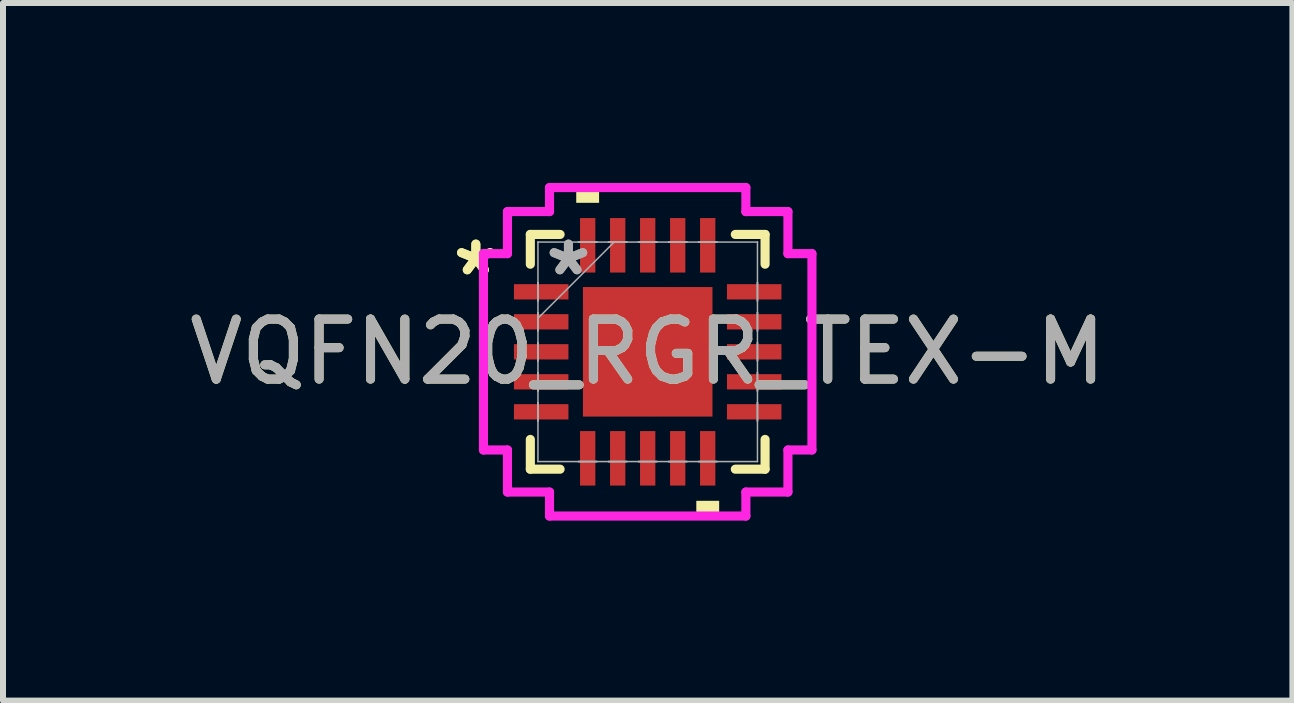
<source format=kicad_pcb>
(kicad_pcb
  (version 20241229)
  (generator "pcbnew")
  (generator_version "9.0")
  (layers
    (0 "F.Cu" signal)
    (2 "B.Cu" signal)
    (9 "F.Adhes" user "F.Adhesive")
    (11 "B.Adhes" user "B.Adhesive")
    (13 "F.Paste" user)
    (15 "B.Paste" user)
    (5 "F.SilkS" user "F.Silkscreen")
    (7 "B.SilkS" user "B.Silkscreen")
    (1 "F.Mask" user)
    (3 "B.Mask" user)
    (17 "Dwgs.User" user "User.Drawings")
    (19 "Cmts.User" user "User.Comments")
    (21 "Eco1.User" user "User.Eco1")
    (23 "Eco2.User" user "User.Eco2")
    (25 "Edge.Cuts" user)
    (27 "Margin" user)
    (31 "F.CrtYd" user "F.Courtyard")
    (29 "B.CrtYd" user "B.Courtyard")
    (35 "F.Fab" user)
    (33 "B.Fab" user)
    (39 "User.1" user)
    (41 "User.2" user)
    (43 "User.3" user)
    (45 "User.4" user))
  (footprint "VQFN20_RGR_TEX-M"
    (layer "F.Cu")
    (at 7.744 2.813)
    (property "Reference" "VQFN20_RGR_TEX-M" (at 0 0 0) (unlocked yes) (layer "F.SilkS") (effects (font (size 1 1) (thickness 0.15))))
    (attr smd)
    (fp_line (start -1.956 -1.956) (end -1.956 -1.46) (stroke (width 0.152) (type solid)) (layer "F.SilkS"))
    (fp_line (start -1.956 1.46) (end -1.956 1.956) (stroke (width 0.152) (type solid)) (layer "F.SilkS"))
    (fp_line (start -1.956 1.956) (end -1.46 1.956) (stroke (width 0.152) (type solid)) (layer "F.SilkS"))
    (fp_line (start -1.46 -1.956) (end -1.956 -1.956) (stroke (width 0.152) (type solid)) (layer "F.SilkS"))
    (fp_line (start 1.46 1.956) (end 1.956 1.956) (stroke (width 0.152) (type solid)) (layer "F.SilkS"))
    (fp_line (start 1.956 -1.956) (end 1.46 -1.956) (stroke (width 0.152) (type solid)) (layer "F.SilkS"))
    (fp_line (start 1.956 -1.46) (end 1.956 -1.956) (stroke (width 0.152) (type solid)) (layer "F.SilkS"))
    (fp_line (start 1.956 1.956) (end 1.956 1.46) (stroke (width 0.152) (type solid)) (layer "F.SilkS"))
    (fp_poly (pts (xy -1.191 -2.483) (xy -1.191 -2.737) (xy -0.81 -2.737) (xy -0.81 -2.483)) (stroke (width 0) (type solid)) (fill yes) (layer "F.SilkS"))
    (fp_poly (pts (xy 0.81 2.483) (xy 0.81 2.737) (xy 1.191 2.737) (xy 1.191 2.483)) (stroke (width 0) (type solid)) (fill yes) (layer "F.SilkS"))
    (fp_line (start -2.737 -1.636) (end -2.337 -1.636) (stroke (width 0.152) (type solid)) (layer "F.CrtYd"))
    (fp_line (start -2.737 1.636) (end -2.737 -1.636) (stroke (width 0.152) (type solid)) (layer "F.CrtYd"))
    (fp_line (start -2.337 -2.337) (end -1.636 -2.337) (stroke (width 0.152) (type solid)) (layer "F.CrtYd"))
    (fp_line (start -2.337 -1.636) (end -2.337 -2.337) (stroke (width 0.152) (type solid)) (layer "F.CrtYd"))
    (fp_line (start -2.337 1.636) (end -2.737 1.636) (stroke (width 0.152) (type solid)) (layer "F.CrtYd"))
    (fp_line (start -2.337 2.337) (end -2.337 1.636) (stroke (width 0.152) (type solid)) (layer "F.CrtYd"))
    (fp_line (start -1.636 -2.737) (end 1.636 -2.737) (stroke (width 0.152) (type solid)) (layer "F.CrtYd"))
    (fp_line (start -1.636 -2.337) (end -1.636 -2.737) (stroke (width 0.152) (type solid)) (layer "F.CrtYd"))
    (fp_line (start -1.636 2.337) (end -2.337 2.337) (stroke (width 0.152) (type solid)) (layer "F.CrtYd"))
    (fp_line (start -1.636 2.737) (end -1.636 2.337) (stroke (width 0.152) (type solid)) (layer "F.CrtYd"))
    (fp_line (start 1.636 -2.737) (end 1.636 -2.337) (stroke (width 0.152) (type solid)) (layer "F.CrtYd"))
    (fp_line (start 1.636 -2.337) (end 2.337 -2.337) (stroke (width 0.152) (type solid)) (layer "F.CrtYd"))
    (fp_line (start 1.636 2.337) (end 1.636 2.737) (stroke (width 0.152) (type solid)) (layer "F.CrtYd"))
    (fp_line (start 1.636 2.737) (end -1.636 2.737) (stroke (width 0.152) (type solid)) (layer "F.CrtYd"))
    (fp_line (start 2.337 -2.337) (end 2.337 -1.636) (stroke (width 0.152) (type solid)) (layer "F.CrtYd"))
    (fp_line (start 2.337 -1.636) (end 2.737 -1.636) (stroke (width 0.152) (type solid)) (layer "F.CrtYd"))
    (fp_line (start 2.337 1.636) (end 2.337 2.337) (stroke (width 0.152) (type solid)) (layer "F.CrtYd"))
    (fp_line (start 2.337 2.337) (end 1.636 2.337) (stroke (width 0.152) (type solid)) (layer "F.CrtYd"))
    (fp_line (start 2.737 -1.636) (end 2.737 1.636) (stroke (width 0.152) (type solid)) (layer "F.CrtYd"))
    (fp_line (start 2.737 1.636) (end 2.337 1.636) (stroke (width 0.152) (type solid)) (layer "F.CrtYd"))
    (fp_line (start -1.829 -1.829) (end -1.829 -1.829) (stroke (width 0.025) (type solid)) (layer "F.Fab"))
    (fp_line (start -1.829 -1.829) (end -1.829 1.829) (stroke (width 0.025) (type solid)) (layer "F.Fab"))
    (fp_line (start -1.829 -1.153) (end -1.829 -1.153) (stroke (width 0.025) (type solid)) (layer "F.Fab"))
    (fp_line (start -1.829 -1.153) (end -1.829 -0.848) (stroke (width 0.025) (type solid)) (layer "F.Fab"))
    (fp_line (start -1.829 -0.848) (end -1.829 -1.153) (stroke (width 0.025) (type solid)) (layer "F.Fab"))
    (fp_line (start -1.829 -0.848) (end -1.829 -0.848) (stroke (width 0.025) (type solid)) (layer "F.Fab"))
    (fp_line (start -1.829 -0.653) (end -1.829 -0.653) (stroke (width 0.025) (type solid)) (layer "F.Fab"))
    (fp_line (start -1.829 -0.653) (end -1.829 -0.348) (stroke (width 0.025) (type solid)) (layer "F.Fab"))
    (fp_line (start -1.829 -0.559) (end -0.559 -1.829) (stroke (width 0.025) (type solid)) (layer "F.Fab"))
    (fp_line (start -1.829 -0.348) (end -1.829 -0.653) (stroke (width 0.025) (type solid)) (layer "F.Fab"))
    (fp_line (start -1.829 -0.348) (end -1.829 -0.348) (stroke (width 0.025) (type solid)) (layer "F.Fab"))
    (fp_line (start -1.829 -0.152) (end -1.829 -0.152) (stroke (width 0.025) (type solid)) (layer "F.Fab"))
    (fp_line (start -1.829 -0.152) (end -1.829 0.152) (stroke (width 0.025) (type solid)) (layer "F.Fab"))
    (fp_line (start -1.829 0.152) (end -1.829 -0.152) (stroke (width 0.025) (type solid)) (layer "F.Fab"))
    (fp_line (start -1.829 0.152) (end -1.829 0.152) (stroke (width 0.025) (type solid)) (layer "F.Fab"))
    (fp_line (start -1.829 0.348) (end -1.829 0.348) (stroke (width 0.025) (type solid)) (layer "F.Fab"))
    (fp_line (start -1.829 0.348) (end -1.829 0.653) (stroke (width 0.025) (type solid)) (layer "F.Fab"))
    (fp_line (start -1.829 0.653) (end -1.829 0.348) (stroke (width 0.025) (type solid)) (layer "F.Fab"))
    (fp_line (start -1.829 0.653) (end -1.829 0.653) (stroke (width 0.025) (type solid)) (layer "F.Fab"))
    (fp_line (start -1.829 0.848) (end -1.829 0.848) (stroke (width 0.025) (type solid)) (layer "F.Fab"))
    (fp_line (start -1.829 0.848) (end -1.829 1.153) (stroke (width 0.025) (type solid)) (layer "F.Fab"))
    (fp_line (start -1.829 1.153) (end -1.829 0.848) (stroke (width 0.025) (type solid)) (layer "F.Fab"))
    (fp_line (start -1.829 1.153) (end -1.829 1.153) (stroke (width 0.025) (type solid)) (layer "F.Fab"))
    (fp_line (start -1.829 1.829) (end -1.829 1.829) (stroke (width 0.025) (type solid)) (layer "F.Fab"))
    (fp_line (start -1.829 1.829) (end 1.829 1.829) (stroke (width 0.025) (type solid)) (layer "F.Fab"))
    (fp_line (start -1.153 -1.829) (end -1.153 -1.829) (stroke (width 0.025) (type solid)) (layer "F.Fab"))
    (fp_line (start -1.153 -1.829) (end -0.848 -1.829) (stroke (width 0.025) (type solid)) (layer "F.Fab"))
    (fp_line (start -1.153 1.829) (end -1.153 1.829) (stroke (width 0.025) (type solid)) (layer "F.Fab"))
    (fp_line (start -1.153 1.829) (end -0.848 1.829) (stroke (width 0.025) (type solid)) (layer "F.Fab"))
    (fp_line (start -0.848 -1.829) (end -1.153 -1.829) (stroke (width 0.025) (type solid)) (layer "F.Fab"))
    (fp_line (start -0.848 -1.829) (end -0.848 -1.829) (stroke (width 0.025) (type solid)) (layer "F.Fab"))
    (fp_line (start -0.848 1.829) (end -1.153 1.829) (stroke (width 0.025) (type solid)) (layer "F.Fab"))
    (fp_line (start -0.848 1.829) (end -0.848 1.829) (stroke (width 0.025) (type solid)) (layer "F.Fab"))
    (fp_line (start -0.653 -1.829) (end -0.653 -1.829) (stroke (width 0.025) (type solid)) (layer "F.Fab"))
    (fp_line (start -0.653 -1.829) (end -0.348 -1.829) (stroke (width 0.025) (type solid)) (layer "F.Fab"))
    (fp_line (start -0.653 1.829) (end -0.653 1.829) (stroke (width 0.025) (type solid)) (layer "F.Fab"))
    (fp_line (start -0.653 1.829) (end -0.348 1.829) (stroke (width 0.025) (type solid)) (layer "F.Fab"))
    (fp_line (start -0.348 -1.829) (end -0.653 -1.829) (stroke (width 0.025) (type solid)) (layer "F.Fab"))
    (fp_line (start -0.348 -1.829) (end -0.348 -1.829) (stroke (width 0.025) (type solid)) (layer "F.Fab"))
    (fp_line (start -0.348 1.829) (end -0.653 1.829) (stroke (width 0.025) (type solid)) (layer "F.Fab"))
    (fp_line (start -0.348 1.829) (end -0.348 1.829) (stroke (width 0.025) (type solid)) (layer "F.Fab"))
    (fp_line (start -0.152 -1.829) (end -0.152 -1.829) (stroke (width 0.025) (type solid)) (layer "F.Fab"))
    (fp_line (start -0.152 -1.829) (end 0.152 -1.829) (stroke (width 0.025) (type solid)) (layer "F.Fab"))
    (fp_line (start -0.152 1.829) (end -0.152 1.829) (stroke (width 0.025) (type solid)) (layer "F.Fab"))
    (fp_line (start -0.152 1.829) (end 0.152 1.829) (stroke (width 0.025) (type solid)) (layer "F.Fab"))
    (fp_line (start 0.152 -1.829) (end -0.152 -1.829) (stroke (width 0.025) (type solid)) (layer "F.Fab"))
    (fp_line (start 0.152 -1.829) (end 0.152 -1.829) (stroke (width 0.025) (type solid)) (layer "F.Fab"))
    (fp_line (start 0.152 1.829) (end -0.152 1.829) (stroke (width 0.025) (type solid)) (layer "F.Fab"))
    (fp_line (start 0.152 1.829) (end 0.152 1.829) (stroke (width 0.025) (type solid)) (layer "F.Fab"))
    (fp_line (start 0.348 -1.829) (end 0.348 -1.829) (stroke (width 0.025) (type solid)) (layer "F.Fab"))
    (fp_line (start 0.348 -1.829) (end 0.653 -1.829) (stroke (width 0.025) (type solid)) (layer "F.Fab"))
    (fp_line (start 0.348 1.829) (end 0.348 1.829) (stroke (width 0.025) (type solid)) (layer "F.Fab"))
    (fp_line (start 0.348 1.829) (end 0.653 1.829) (stroke (width 0.025) (type solid)) (layer "F.Fab"))
    (fp_line (start 0.653 -1.829) (end 0.348 -1.829) (stroke (width 0.025) (type solid)) (layer "F.Fab"))
    (fp_line (start 0.653 -1.829) (end 0.653 -1.829) (stroke (width 0.025) (type solid)) (layer "F.Fab"))
    (fp_line (start 0.653 1.829) (end 0.348 1.829) (stroke (width 0.025) (type solid)) (layer "F.Fab"))
    (fp_line (start 0.653 1.829) (end 0.653 1.829) (stroke (width 0.025) (type solid)) (layer "F.Fab"))
    (fp_line (start 0.848 -1.829) (end 0.848 -1.829) (stroke (width 0.025) (type solid)) (layer "F.Fab"))
    (fp_line (start 0.848 -1.829) (end 1.153 -1.829) (stroke (width 0.025) (type solid)) (layer "F.Fab"))
    (fp_line (start 0.848 1.829) (end 0.848 1.829) (stroke (width 0.025) (type solid)) (layer "F.Fab"))
    (fp_line (start 0.848 1.829) (end 1.153 1.829) (stroke (width 0.025) (type solid)) (layer "F.Fab"))
    (fp_line (start 1.153 -1.829) (end 0.848 -1.829) (stroke (width 0.025) (type solid)) (layer "F.Fab"))
    (fp_line (start 1.153 -1.829) (end 1.153 -1.829) (stroke (width 0.025) (type solid)) (layer "F.Fab"))
    (fp_line (start 1.153 1.829) (end 0.848 1.829) (stroke (width 0.025) (type solid)) (layer "F.Fab"))
    (fp_line (start 1.153 1.829) (end 1.153 1.829) (stroke (width 0.025) (type solid)) (layer "F.Fab"))
    (fp_line (start 1.829 -1.829) (end -1.829 -1.829) (stroke (width 0.025) (type solid)) (layer "F.Fab"))
    (fp_line (start 1.829 -1.829) (end 1.829 -1.829) (stroke (width 0.025) (type solid)) (layer "F.Fab"))
    (fp_line (start 1.829 -1.153) (end 1.829 -1.153) (stroke (width 0.025) (type solid)) (layer "F.Fab"))
    (fp_line (start 1.829 -1.153) (end 1.829 -0.848) (stroke (width 0.025) (type solid)) (layer "F.Fab"))
    (fp_line (start 1.829 -0.848) (end 1.829 -1.153) (stroke (width 0.025) (type solid)) (layer "F.Fab"))
    (fp_line (start 1.829 -0.848) (end 1.829 -0.848) (stroke (width 0.025) (type solid)) (layer "F.Fab"))
    (fp_line (start 1.829 -0.653) (end 1.829 -0.653) (stroke (width 0.025) (type solid)) (layer "F.Fab"))
    (fp_line (start 1.829 -0.653) (end 1.829 -0.348) (stroke (width 0.025) (type solid)) (layer "F.Fab"))
    (fp_line (start 1.829 -0.348) (end 1.829 -0.653) (stroke (width 0.025) (type solid)) (layer "F.Fab"))
    (fp_line (start 1.829 -0.348) (end 1.829 -0.348) (stroke (width 0.025) (type solid)) (layer "F.Fab"))
    (fp_line (start 1.829 -0.152) (end 1.829 -0.152) (stroke (width 0.025) (type solid)) (layer "F.Fab"))
    (fp_line (start 1.829 -0.152) (end 1.829 0.152) (stroke (width 0.025) (type solid)) (layer "F.Fab"))
    (fp_line (start 1.829 0.152) (end 1.829 -0.152) (stroke (width 0.025) (type solid)) (layer "F.Fab"))
    (fp_line (start 1.829 0.152) (end 1.829 0.152) (stroke (width 0.025) (type solid)) (layer "F.Fab"))
    (fp_line (start 1.829 0.348) (end 1.829 0.348) (stroke (width 0.025) (type solid)) (layer "F.Fab"))
    (fp_line (start 1.829 0.348) (end 1.829 0.653) (stroke (width 0.025) (type solid)) (layer "F.Fab"))
    (fp_line (start 1.829 0.653) (end 1.829 0.348) (stroke (width 0.025) (type solid)) (layer "F.Fab"))
    (fp_line (start 1.829 0.653) (end 1.829 0.653) (stroke (width 0.025) (type solid)) (layer "F.Fab"))
    (fp_line (start 1.829 0.848) (end 1.829 0.848) (stroke (width 0.025) (type solid)) (layer "F.Fab"))
    (fp_line (start 1.829 0.848) (end 1.829 1.153) (stroke (width 0.025) (type solid)) (layer "F.Fab"))
    (fp_line (start 1.829 1.153) (end 1.829 0.848) (stroke (width 0.025) (type solid)) (layer "F.Fab"))
    (fp_line (start 1.829 1.153) (end 1.829 1.153) (stroke (width 0.025) (type solid)) (layer "F.Fab"))
    (fp_line (start 1.829 1.829) (end 1.829 -1.829) (stroke (width 0.025) (type solid)) (layer "F.Fab"))
    (fp_line (start 1.829 1.829) (end 1.829 1.829) (stroke (width 0.025) (type solid)) (layer "F.Fab"))
    (fp_text user "*" (at -2.864 -1.25 0) (layer "F.SilkS") (effects (font (size 1 1) (thickness 0.15))))
    (fp_text user "*" (at -2.864 -1.25 0) (unlocked yes) (layer "F.SilkS") (effects (font (size 1 1) (thickness 0.15))))
    (fp_text user "*" (at -1.321 -1.25 0) (layer "F.Fab") (effects (font (size 1 1) (thickness 0.15))))
    (fp_text user "${REFERENCE}" (at 0 0 0) (unlocked yes) (layer "F.Fab") (effects (font (size 1 1) (thickness 0.15))))
    (fp_text user "*" (at -1.321 -1.25 0) (unlocked yes) (layer "F.Fab") (effects (font (size 1 1) (thickness 0.15))))
    (pad "1" smd rect (at -1.775 -1 90) (size 0.255 0.908) (layers "F.Cu" "F.Mask" "F.Paste"))
    (pad "2" smd rect (at -1.775 -0.5 90) (size 0.255 0.908) (layers "F.Cu" "F.Mask" "F.Paste"))
    (pad "3" smd rect (at -1.775 0 90) (size 0.255 0.908) (layers "F.Cu" "F.Mask" "F.Paste"))
    (pad "4" smd rect (at -1.775 0.5 90) (size 0.255 0.908) (layers "F.Cu" "F.Mask" "F.Paste"))
    (pad "5" smd rect (at -1.775 1 90) (size 0.255 0.908) (layers "F.Cu" "F.Mask" "F.Paste"))
    (pad "6" smd rect (at -1 1.775) (size 0.255 0.908) (layers "F.Cu" "F.Mask" "F.Paste"))
    (pad "7" smd rect (at -0.5 1.775) (size 0.255 0.908) (layers "F.Cu" "F.Mask" "F.Paste"))
    (pad "8" smd rect (at 0 1.775) (size 0.255 0.908) (layers "F.Cu" "F.Mask" "F.Paste"))
    (pad "9" smd rect (at 0.5 1.775) (size 0.255 0.908) (layers "F.Cu" "F.Mask" "F.Paste"))
    (pad "10" smd rect (at 1 1.775) (size 0.255 0.908) (layers "F.Cu" "F.Mask" "F.Paste"))
    (pad "11" smd rect (at 1.775 1 90) (size 0.255 0.908) (layers "F.Cu" "F.Mask" "F.Paste"))
    (pad "12" smd rect (at 1.775 0.5 90) (size 0.255 0.908) (layers "F.Cu" "F.Mask" "F.Paste"))
    (pad "13" smd rect (at 1.775 0 90) (size 0.255 0.908) (layers "F.Cu" "F.Mask" "F.Paste"))
    (pad "14" smd rect (at 1.775 -0.5 90) (size 0.255 0.908) (layers "F.Cu" "F.Mask" "F.Paste"))
    (pad "15" smd rect (at 1.775 -1 90) (size 0.255 0.908) (layers "F.Cu" "F.Mask" "F.Paste"))
    (pad "16" smd rect (at 1 -1.775) (size 0.255 0.908) (layers "F.Cu" "F.Mask" "F.Paste"))
    (pad "17" smd rect (at 0.5 -1.775) (size 0.255 0.908) (layers "F.Cu" "F.Mask" "F.Paste"))
    (pad "18" smd rect (at 0 -1.775) (size 0.255 0.908) (layers "F.Cu" "F.Mask" "F.Paste"))
    (pad "19" smd rect (at -0.5 -1.775) (size 0.255 0.908) (layers "F.Cu" "F.Mask" "F.Paste"))
    (pad "20" smd rect (at -1 -1.775) (size 0.255 0.908) (layers "F.Cu" "F.Mask" "F.Paste"))
    (pad "21" smd rect (at 0 0) (size 2.159 2.159) (layers "F.Cu" "F.Mask" "F.Paste")))
  (gr_rect
    (start -3 -3)
    (end 18.488 8.626)
    (stroke (width 0.1) (type default))
    (fill no)
    (layer "Edge.Cuts")))
</source>
